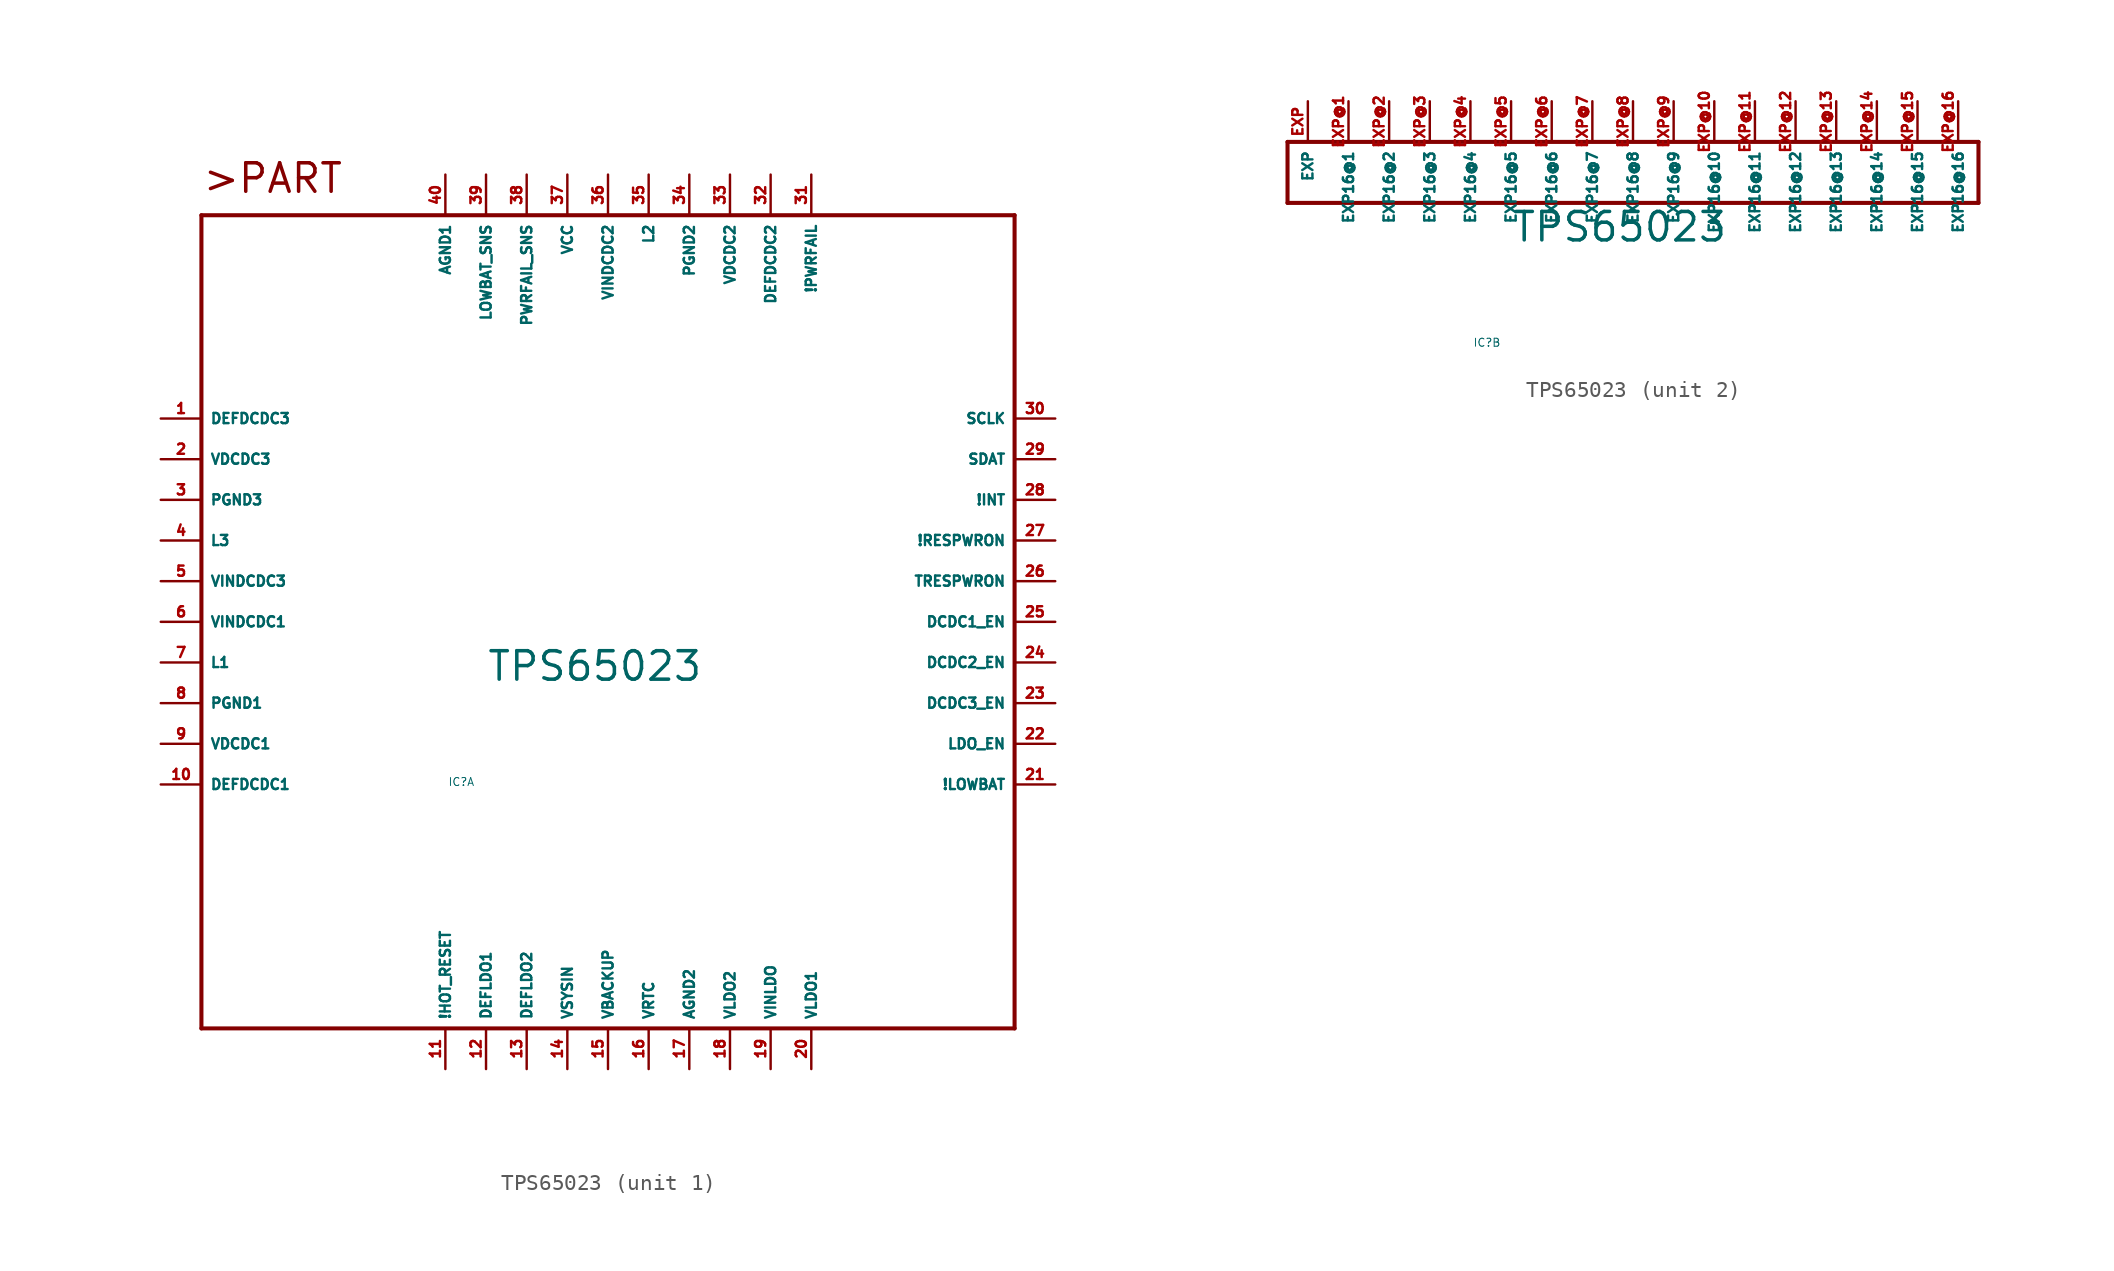
<source format=kicad_sym>
(kicad_symbol_lib
  (version 20220914)
  (generator Eagle2Kicad)
  (symbol "TPS65023"
    (property "Reference" "IC"
      (at -10 -10 0)
      (effects (font (size 0.5 0.5) (thickness 0.06)) (justify left)))
    (property "Value" "TPS65023"
      (at -7.62 -3.81 0)
      (effects (font (size 1.778 1.778) (thickness 0.22)) (justify left bottom)))
    (symbol "TPS65023_1_0"
      (polyline (pts (xy -25.4 25.4) (xy 25.4 25.4)) (stroke (width 0.254) (type default)) (fill (type none)))
      (polyline (pts (xy 25.4 25.4) (xy 25.4 -25.4)) (stroke (width 0.254) (type default)) (fill (type none)))
      (polyline (pts (xy 25.4 -25.4) (xy -25.4 -25.4)) (stroke (width 0.254) (type default)) (fill (type none)))
      (polyline (pts (xy -25.4 -25.4) (xy -25.4 25.4)) (stroke (width 0.254) (type default)) (fill (type none)))
      (text ">PART" (at -25.4 26.67 0) (effects (font (size 1.778 1.778) (thickness 0.22)) (justify left bottom)))
      (pin input line (at -27.94 12.7 0) (length 2.54) (name "DEFDCDC3" (effects (font (size 0.635 0.635) (thickness 0.08)) (justify left bottom))) (number "1" (effects (font (size 0.635 0.635) (thickness 0.08)) (justify left bottom))))
      (pin input line (at -27.94 10.16 0) (length 2.54) (name "VDCDC3" (effects (font (size 0.635 0.635) (thickness 0.08)) (justify left bottom))) (number "2" (effects (font (size 0.635 0.635) (thickness 0.08)) (justify left bottom))))
      (pin input line (at -27.94 7.62 0) (length 2.54) (name "PGND3" (effects (font (size 0.635 0.635) (thickness 0.08)) (justify left bottom))) (number "3" (effects (font (size 0.635 0.635) (thickness 0.08)) (justify left bottom))))
      (pin passive line (at -27.94 5.08 0) (length 2.54) (name "L3" (effects (font (size 0.635 0.635) (thickness 0.08)) (justify left bottom))) (number "4" (effects (font (size 0.635 0.635) (thickness 0.08)) (justify left bottom))))
      (pin input line (at -27.94 2.54 0) (length 2.54) (name "VINDCDC3" (effects (font (size 0.635 0.635) (thickness 0.08)) (justify left bottom))) (number "5" (effects (font (size 0.635 0.635) (thickness 0.08)) (justify left bottom))))
      (pin input line (at -27.94 0 0) (length 2.54) (name "VINDCDC1" (effects (font (size 0.635 0.635) (thickness 0.08)) (justify left bottom))) (number "6" (effects (font (size 0.635 0.635) (thickness 0.08)) (justify left bottom))))
      (pin passive line (at -27.94 -2.54 0) (length 2.54) (name "L1" (effects (font (size 0.635 0.635) (thickness 0.08)) (justify left bottom))) (number "7" (effects (font (size 0.635 0.635) (thickness 0.08)) (justify left bottom))))
      (pin input line (at -27.94 -5.08 0) (length 2.54) (name "PGND1" (effects (font (size 0.635 0.635) (thickness 0.08)) (justify left bottom))) (number "8" (effects (font (size 0.635 0.635) (thickness 0.08)) (justify left bottom))))
      (pin input line (at -27.94 -7.62 0) (length 2.54) (name "VDCDC1" (effects (font (size 0.635 0.635) (thickness 0.08)) (justify left bottom))) (number "9" (effects (font (size 0.635 0.635) (thickness 0.08)) (justify left bottom))))
      (pin input line (at -27.94 -10.16 0) (length 2.54) (name "DEFDCDC1" (effects (font (size 0.635 0.635) (thickness 0.08)) (justify left bottom))) (number "10" (effects (font (size 0.635 0.635) (thickness 0.08)) (justify left bottom))))
      (pin input line (at -10.16 -27.94 90) (length 2.54) (name "!HOT_RESET" (effects (font (size 0.635 0.635) (thickness 0.08)) (justify left bottom))) (number "11" (effects (font (size 0.635 0.635) (thickness 0.08)) (justify left bottom))))
      (pin input line (at -7.62 -27.94 90) (length 2.54) (name "DEFLDO1" (effects (font (size 0.635 0.635) (thickness 0.08)) (justify left bottom))) (number "12" (effects (font (size 0.635 0.635) (thickness 0.08)) (justify left bottom))))
      (pin input line (at -5.08 -27.94 90) (length 2.54) (name "DEFLDO2" (effects (font (size 0.635 0.635) (thickness 0.08)) (justify left bottom))) (number "13" (effects (font (size 0.635 0.635) (thickness 0.08)) (justify left bottom))))
      (pin input line (at -2.54 -27.94 90) (length 2.54) (name "VSYSIN" (effects (font (size 0.635 0.635) (thickness 0.08)) (justify left bottom))) (number "14" (effects (font (size 0.635 0.635) (thickness 0.08)) (justify left bottom))))
      (pin input line (at 0 -27.94 90) (length 2.54) (name "VBACKUP" (effects (font (size 0.635 0.635) (thickness 0.08)) (justify left bottom))) (number "15" (effects (font (size 0.635 0.635) (thickness 0.08)) (justify left bottom))))
      (pin output line (at 2.54 -27.94 90) (length 2.54) (name "VRTC" (effects (font (size 0.635 0.635) (thickness 0.08)) (justify left bottom))) (number "16" (effects (font (size 0.635 0.635) (thickness 0.08)) (justify left bottom))))
      (pin input line (at 5.08 -27.94 90) (length 2.54) (name "AGND2" (effects (font (size 0.635 0.635) (thickness 0.08)) (justify left bottom))) (number "17" (effects (font (size 0.635 0.635) (thickness 0.08)) (justify left bottom))))
      (pin output line (at 7.62 -27.94 90) (length 2.54) (name "VLDO2" (effects (font (size 0.635 0.635) (thickness 0.08)) (justify left bottom))) (number "18" (effects (font (size 0.635 0.635) (thickness 0.08)) (justify left bottom))))
      (pin input line (at 10.16 -27.94 90) (length 2.54) (name "VINLDO" (effects (font (size 0.635 0.635) (thickness 0.08)) (justify left bottom))) (number "19" (effects (font (size 0.635 0.635) (thickness 0.08)) (justify left bottom))))
      (pin output line (at 12.7 -27.94 90) (length 2.54) (name "VLDO1" (effects (font (size 0.635 0.635) (thickness 0.08)) (justify left bottom))) (number "20" (effects (font (size 0.635 0.635) (thickness 0.08)) (justify left bottom))))
      (pin open_collector line (at 27.94 -10.16 180) (length 2.54) (name "!LOWBAT" (effects (font (size 0.635 0.635) (thickness 0.08)) (justify left bottom))) (number "21" (effects (font (size 0.635 0.635) (thickness 0.08)) (justify left bottom))))
      (pin input line (at 27.94 -7.62 180) (length 2.54) (name "LDO_EN" (effects (font (size 0.635 0.635) (thickness 0.08)) (justify left bottom))) (number "22" (effects (font (size 0.635 0.635) (thickness 0.08)) (justify left bottom))))
      (pin input line (at 27.94 -5.08 180) (length 2.54) (name "DCDC3_EN" (effects (font (size 0.635 0.635) (thickness 0.08)) (justify left bottom))) (number "23" (effects (font (size 0.635 0.635) (thickness 0.08)) (justify left bottom))))
      (pin input line (at 27.94 -2.54 180) (length 2.54) (name "DCDC2_EN" (effects (font (size 0.635 0.635) (thickness 0.08)) (justify left bottom))) (number "24" (effects (font (size 0.635 0.635) (thickness 0.08)) (justify left bottom))))
      (pin input line (at 27.94 0 180) (length 2.54) (name "DCDC1_EN" (effects (font (size 0.635 0.635) (thickness 0.08)) (justify left bottom))) (number "25" (effects (font (size 0.635 0.635) (thickness 0.08)) (justify left bottom))))
      (pin input line (at 27.94 2.54 180) (length 2.54) (name "TRESPWRON" (effects (font (size 0.635 0.635) (thickness 0.08)) (justify left bottom))) (number "26" (effects (font (size 0.635 0.635) (thickness 0.08)) (justify left bottom))))
      (pin open_collector line (at 27.94 5.08 180) (length 2.54) (name "!RESPWRON" (effects (font (size 0.635 0.635) (thickness 0.08)) (justify left bottom))) (number "27" (effects (font (size 0.635 0.635) (thickness 0.08)) (justify left bottom))))
      (pin open_collector line (at 27.94 7.62 180) (length 2.54) (name "!INT" (effects (font (size 0.635 0.635) (thickness 0.08)) (justify left bottom))) (number "28" (effects (font (size 0.635 0.635) (thickness 0.08)) (justify left bottom))))
      (pin bidirectional line (at 27.94 10.16 180) (length 2.54) (name "SDAT" (effects (font (size 0.635 0.635) (thickness 0.08)) (justify left bottom))) (number "29" (effects (font (size 0.635 0.635) (thickness 0.08)) (justify left bottom))))
      (pin input line (at 27.94 12.7 180) (length 2.54) (name "SCLK" (effects (font (size 0.635 0.635) (thickness 0.08)) (justify left bottom))) (number "30" (effects (font (size 0.635 0.635) (thickness 0.08)) (justify left bottom))))
      (pin open_collector line (at 12.7 27.94 270) (length 2.54) (name "!PWRFAIL" (effects (font (size 0.635 0.635) (thickness 0.08)) (justify left bottom))) (number "31" (effects (font (size 0.635 0.635) (thickness 0.08)) (justify left bottom))))
      (pin input line (at 10.16 27.94 270) (length 2.54) (name "DEFDCDC2" (effects (font (size 0.635 0.635) (thickness 0.08)) (justify left bottom))) (number "32" (effects (font (size 0.635 0.635) (thickness 0.08)) (justify left bottom))))
      (pin input line (at 7.62 27.94 270) (length 2.54) (name "VDCDC2" (effects (font (size 0.635 0.635) (thickness 0.08)) (justify left bottom))) (number "33" (effects (font (size 0.635 0.635) (thickness 0.08)) (justify left bottom))))
      (pin input line (at 5.08 27.94 270) (length 2.54) (name "PGND2" (effects (font (size 0.635 0.635) (thickness 0.08)) (justify left bottom))) (number "34" (effects (font (size 0.635 0.635) (thickness 0.08)) (justify left bottom))))
      (pin passive line (at 2.54 27.94 270) (length 2.54) (name "L2" (effects (font (size 0.635 0.635) (thickness 0.08)) (justify left bottom))) (number "35" (effects (font (size 0.635 0.635) (thickness 0.08)) (justify left bottom))))
      (pin input line (at 0 27.94 270) (length 2.54) (name "VINDCDC2" (effects (font (size 0.635 0.635) (thickness 0.08)) (justify left bottom))) (number "36" (effects (font (size 0.635 0.635) (thickness 0.08)) (justify left bottom))))
      (pin input line (at -2.54 27.94 270) (length 2.54) (name "VCC" (effects (font (size 0.635 0.635) (thickness 0.08)) (justify left bottom))) (number "37" (effects (font (size 0.635 0.635) (thickness 0.08)) (justify left bottom))))
      (pin input line (at -5.08 27.94 270) (length 2.54) (name "PWRFAIL_SNS" (effects (font (size 0.635 0.635) (thickness 0.08)) (justify left bottom))) (number "38" (effects (font (size 0.635 0.635) (thickness 0.08)) (justify left bottom))))
      (pin input line (at -7.62 27.94 270) (length 2.54) (name "LOWBAT_SNS" (effects (font (size 0.635 0.635) (thickness 0.08)) (justify left bottom))) (number "39" (effects (font (size 0.635 0.635) (thickness 0.08)) (justify left bottom))))
      (pin input line (at -10.16 27.94 270) (length 2.54) (name "AGND1" (effects (font (size 0.635 0.635) (thickness 0.08)) (justify left bottom))) (number "40" (effects (font (size 0.635 0.635) (thickness 0.08)) (justify left bottom)))))
    (symbol "TPS65023_2_0"
      (polyline (pts (xy -21.59 2.54) (xy 21.59 2.54)) (stroke (width 0.254) (type default)) (fill (type none)))
      (polyline (pts (xy 21.59 2.54) (xy 21.59 -1.27)) (stroke (width 0.254) (type default)) (fill (type none)))
      (polyline (pts (xy 21.59 -1.27) (xy -21.59 -1.27)) (stroke (width 0.254) (type default)) (fill (type none)))
      (polyline (pts (xy -21.59 -1.27) (xy -21.59 2.54)) (stroke (width 0.254) (type default)) (fill (type none)))
      (pin input line (at -17.78 5.08 270) (length 2.54) (name "EXP16@1" (effects (font (size 0.635 0.635) (thickness 0.08)) (justify left bottom))) (number "EXP@1" (effects (font (size 0.635 0.635) (thickness 0.08)) (justify left bottom))))
      (pin input line (at -15.24 5.08 270) (length 2.54) (name "EXP16@2" (effects (font (size 0.635 0.635) (thickness 0.08)) (justify left bottom))) (number "EXP@2" (effects (font (size 0.635 0.635) (thickness 0.08)) (justify left bottom))))
      (pin input line (at -12.7 5.08 270) (length 2.54) (name "EXP16@3" (effects (font (size 0.635 0.635) (thickness 0.08)) (justify left bottom))) (number "EXP@3" (effects (font (size 0.635 0.635) (thickness 0.08)) (justify left bottom))))
      (pin input line (at -10.16 5.08 270) (length 2.54) (name "EXP16@4" (effects (font (size 0.635 0.635) (thickness 0.08)) (justify left bottom))) (number "EXP@4" (effects (font (size 0.635 0.635) (thickness 0.08)) (justify left bottom))))
      (pin input line (at -7.62 5.08 270) (length 2.54) (name "EXP16@5" (effects (font (size 0.635 0.635) (thickness 0.08)) (justify left bottom))) (number "EXP@5" (effects (font (size 0.635 0.635) (thickness 0.08)) (justify left bottom))))
      (pin input line (at -5.08 5.08 270) (length 2.54) (name "EXP16@6" (effects (font (size 0.635 0.635) (thickness 0.08)) (justify left bottom))) (number "EXP@6" (effects (font (size 0.635 0.635) (thickness 0.08)) (justify left bottom))))
      (pin input line (at -2.54 5.08 270) (length 2.54) (name "EXP16@7" (effects (font (size 0.635 0.635) (thickness 0.08)) (justify left bottom))) (number "EXP@7" (effects (font (size 0.635 0.635) (thickness 0.08)) (justify left bottom))))
      (pin input line (at 0 5.08 270) (length 2.54) (name "EXP16@8" (effects (font (size 0.635 0.635) (thickness 0.08)) (justify left bottom))) (number "EXP@8" (effects (font (size 0.635 0.635) (thickness 0.08)) (justify left bottom))))
      (pin input line (at 2.54 5.08 270) (length 2.54) (name "EXP16@9" (effects (font (size 0.635 0.635) (thickness 0.08)) (justify left bottom))) (number "EXP@9" (effects (font (size 0.635 0.635) (thickness 0.08)) (justify left bottom))))
      (pin input line (at 5.08 5.08 270) (length 2.54) (name "EXP16@10" (effects (font (size 0.635 0.635) (thickness 0.08)) (justify left bottom))) (number "EXP@10" (effects (font (size 0.635 0.635) (thickness 0.08)) (justify left bottom))))
      (pin input line (at 7.62 5.08 270) (length 2.54) (name "EXP16@11" (effects (font (size 0.635 0.635) (thickness 0.08)) (justify left bottom))) (number "EXP@11" (effects (font (size 0.635 0.635) (thickness 0.08)) (justify left bottom))))
      (pin input line (at 10.16 5.08 270) (length 2.54) (name "EXP16@12" (effects (font (size 0.635 0.635) (thickness 0.08)) (justify left bottom))) (number "EXP@12" (effects (font (size 0.635 0.635) (thickness 0.08)) (justify left bottom))))
      (pin input line (at 12.7 5.08 270) (length 2.54) (name "EXP16@13" (effects (font (size 0.635 0.635) (thickness 0.08)) (justify left bottom))) (number "EXP@13" (effects (font (size 0.635 0.635) (thickness 0.08)) (justify left bottom))))
      (pin input line (at 15.24 5.08 270) (length 2.54) (name "EXP16@14" (effects (font (size 0.635 0.635) (thickness 0.08)) (justify left bottom))) (number "EXP@14" (effects (font (size 0.635 0.635) (thickness 0.08)) (justify left bottom))))
      (pin input line (at 17.78 5.08 270) (length 2.54) (name "EXP16@15" (effects (font (size 0.635 0.635) (thickness 0.08)) (justify left bottom))) (number "EXP@15" (effects (font (size 0.635 0.635) (thickness 0.08)) (justify left bottom))))
      (pin input line (at 20.32 5.08 270) (length 2.54) (name "EXP16@16" (effects (font (size 0.635 0.635) (thickness 0.08)) (justify left bottom))) (number "EXP@16" (effects (font (size 0.635 0.635) (thickness 0.08)) (justify left bottom))))
      (pin input line (at -20.32 5.08 270) (length 2.54) (name "EXP" (effects (font (size 0.635 0.635) (thickness 0.08)) (justify left bottom))) (number "EXP" (effects (font (size 0.635 0.635) (thickness 0.08)) (justify left bottom)))))))
</source>
